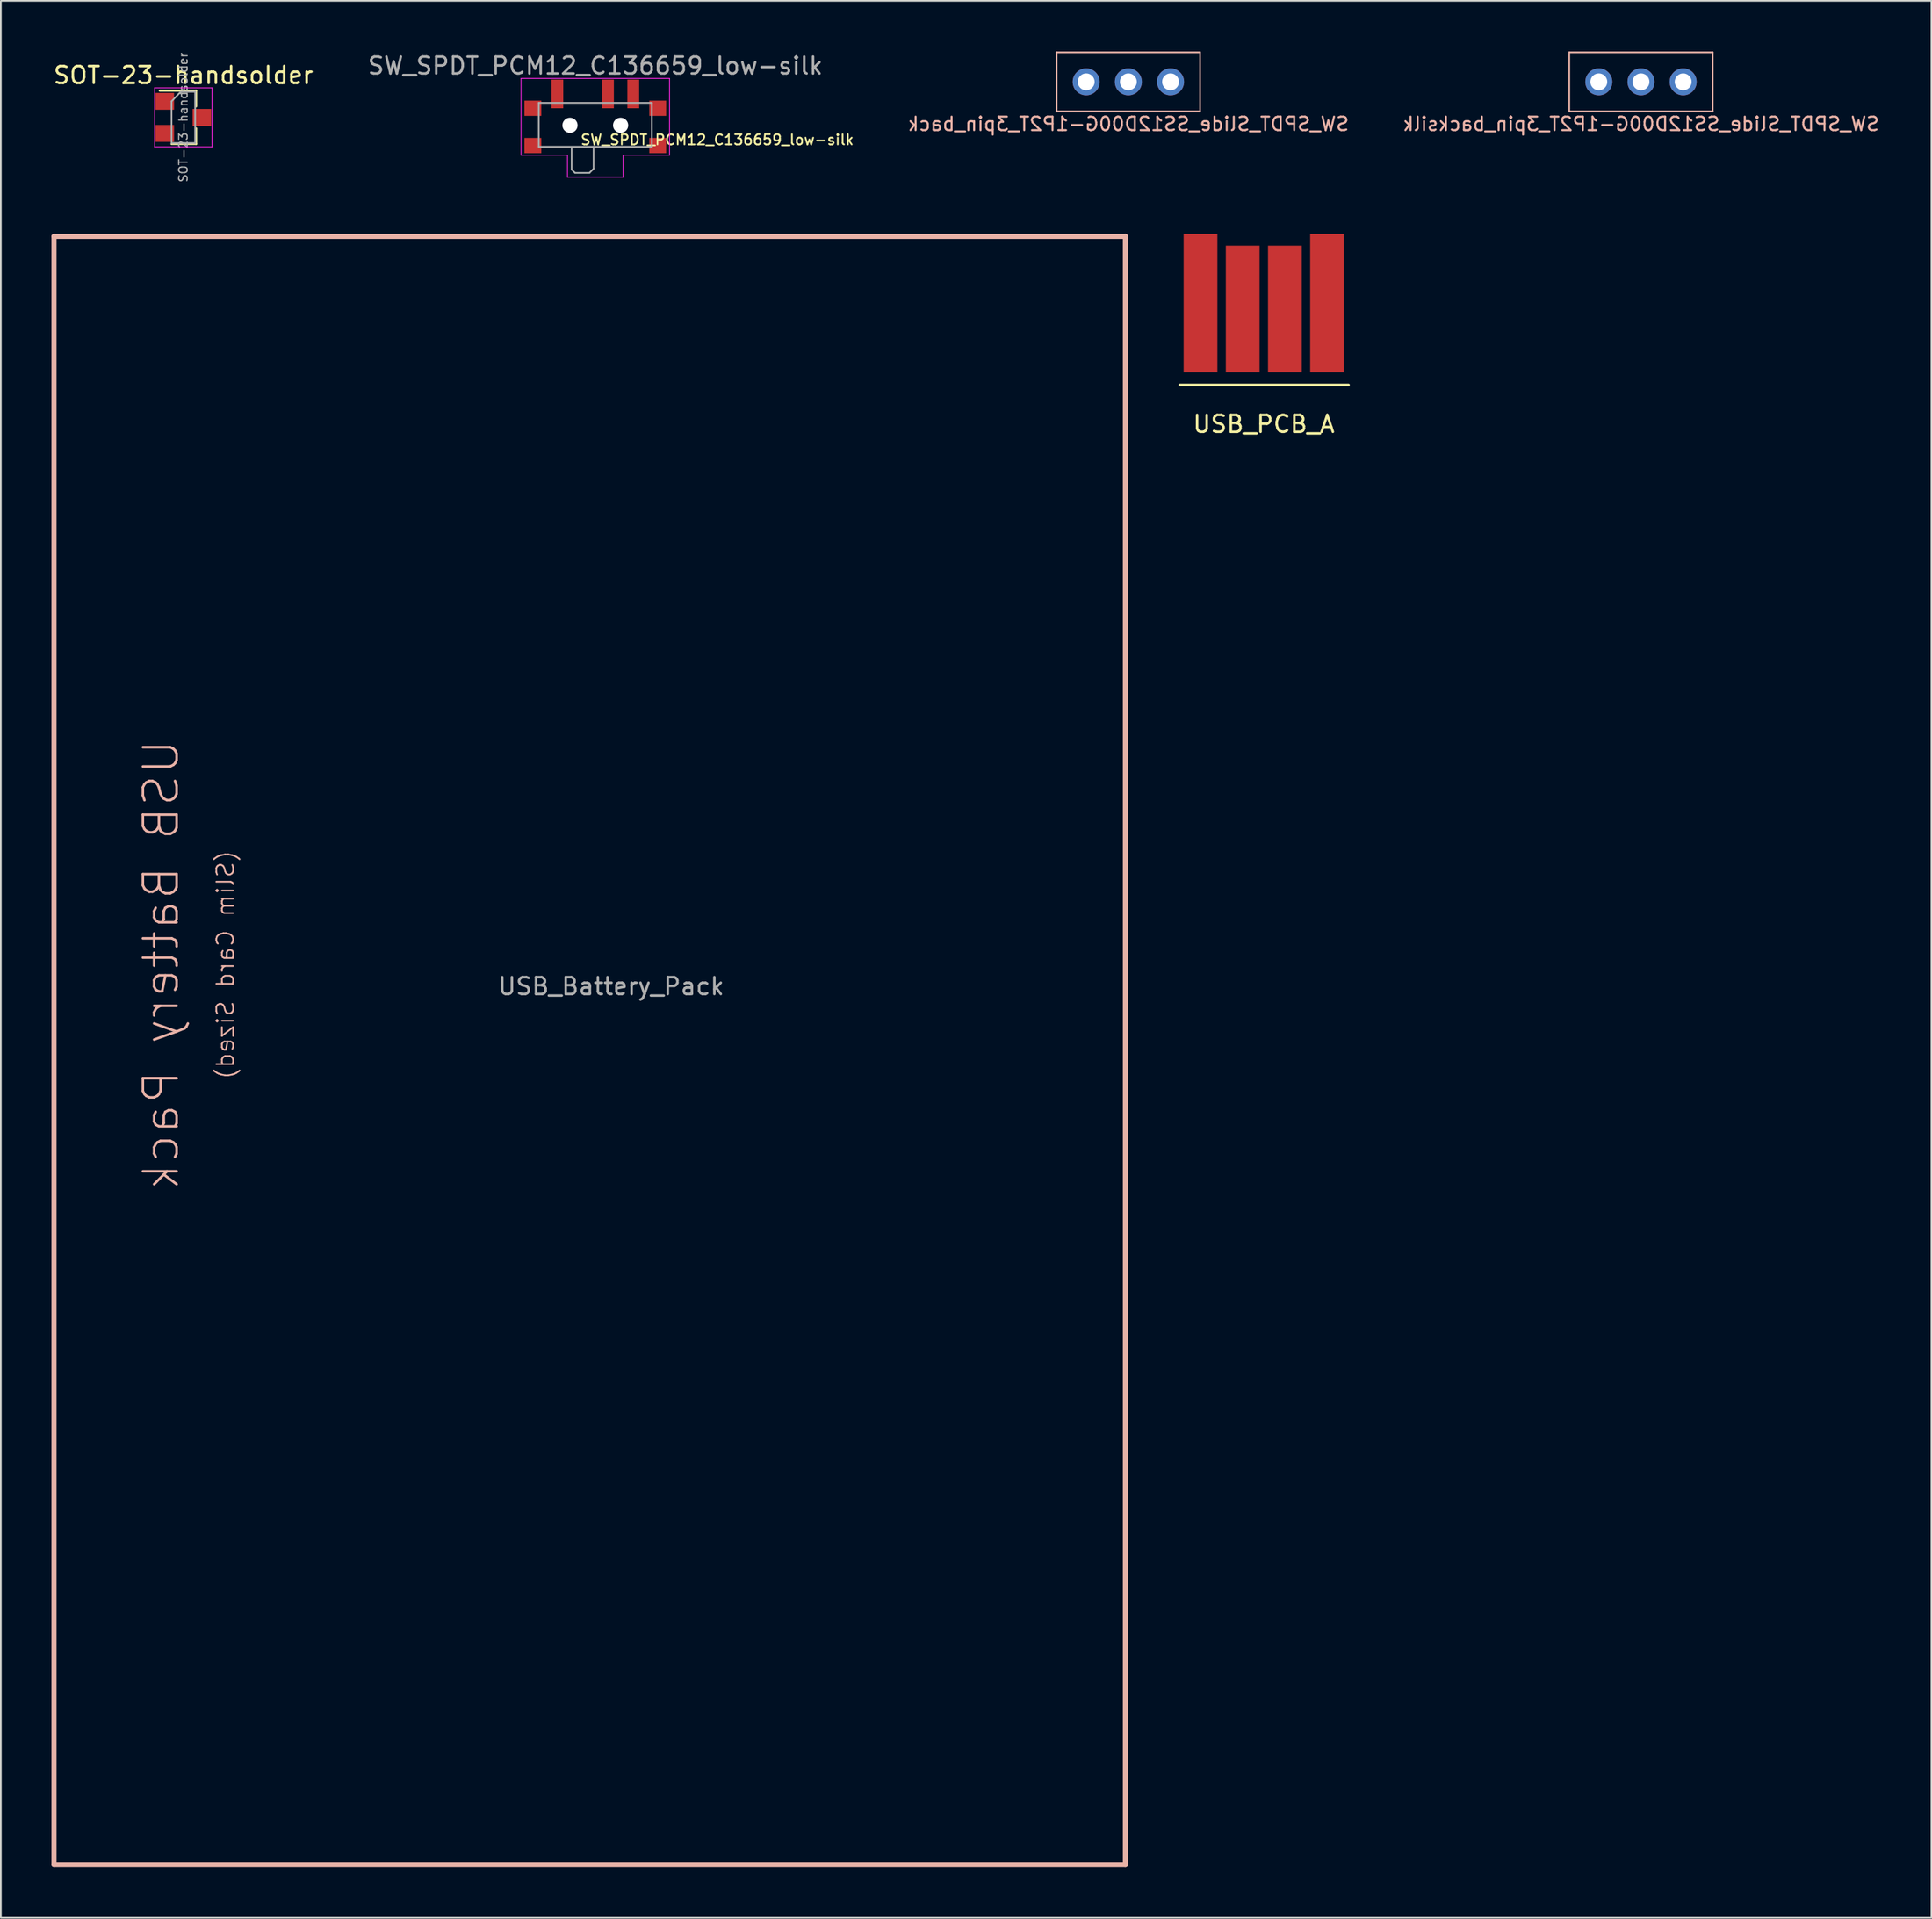
<source format=kicad_pcb>
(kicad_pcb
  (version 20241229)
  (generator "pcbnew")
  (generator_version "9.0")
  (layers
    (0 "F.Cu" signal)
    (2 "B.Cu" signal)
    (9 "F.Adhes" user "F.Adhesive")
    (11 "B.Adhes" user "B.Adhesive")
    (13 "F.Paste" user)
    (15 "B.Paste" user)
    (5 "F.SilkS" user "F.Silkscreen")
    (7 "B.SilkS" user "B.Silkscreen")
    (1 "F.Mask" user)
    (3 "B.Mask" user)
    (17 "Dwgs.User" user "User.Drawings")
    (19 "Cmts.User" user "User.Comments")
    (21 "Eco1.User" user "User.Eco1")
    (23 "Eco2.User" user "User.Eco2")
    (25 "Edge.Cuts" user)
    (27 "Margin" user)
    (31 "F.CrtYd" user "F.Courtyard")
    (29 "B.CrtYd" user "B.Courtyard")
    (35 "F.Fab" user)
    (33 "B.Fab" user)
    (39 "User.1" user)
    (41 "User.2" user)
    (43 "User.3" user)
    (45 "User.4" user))
  (footprint "SW_SPDT_PCM12_C136659_low-silk"
    (layer "F.Cu")
    (at 32.232 4.348)
    (property "Reference" "SW_SPDT_PCM12_C136659_low-silk" (at -0.925 0.89 0) (unlocked yes) (layer "F.SilkS") (effects (font (size 0.6 0.6) (thickness 0.1)) (justify left)))
    (attr smd)
    (fp_line (start -4.4 -2.75) (end 4.4 -2.75) (stroke (width 0.05) (type solid)) (layer "F.CrtYd"))
    (fp_line (start -4.4 1.8) (end -4.4 -2.75) (stroke (width 0.05) (type solid)) (layer "F.CrtYd"))
    (fp_line (start -1.65 1.8) (end -4.4 1.8) (stroke (width 0.05) (type solid)) (layer "F.CrtYd"))
    (fp_line (start -1.65 3.1) (end -1.65 1.8) (stroke (width 0.05) (type solid)) (layer "F.CrtYd"))
    (fp_line (start 1.65 1.8) (end 1.65 3.1) (stroke (width 0.05) (type solid)) (layer "F.CrtYd"))
    (fp_line (start 1.65 3.1) (end -1.65 3.1) (stroke (width 0.05) (type solid)) (layer "F.CrtYd"))
    (fp_line (start 4.4 -2.75) (end 4.4 1.8) (stroke (width 0.05) (type solid)) (layer "F.CrtYd"))
    (fp_line (start 4.4 1.8) (end 1.65 1.8) (stroke (width 0.05) (type solid)) (layer "F.CrtYd"))
    (fp_line (start -3.35 -1.3) (end -3.35 1.3) (stroke (width 0.1) (type solid)) (layer "F.Fab"))
    (fp_line (start -3.35 1.3) (end 3.35 1.3) (stroke (width 0.1) (type solid)) (layer "F.Fab"))
    (fp_line (start -1.4 1.35) (end -1.4 2.65) (stroke (width 0.1) (type solid)) (layer "F.Fab"))
    (fp_line (start -1.4 2.65) (end -1.2 2.85) (stroke (width 0.1) (type solid)) (layer "F.Fab"))
    (fp_line (start -1.2 2.85) (end -0.35 2.85) (stroke (width 0.1) (type solid)) (layer "F.Fab"))
    (fp_line (start -0.35 2.85) (end -0.15 2.65) (stroke (width 0.1) (type solid)) (layer "F.Fab"))
    (fp_line (start -0.15 2.65) (end -0.1 2.6) (stroke (width 0.1) (type solid)) (layer "F.Fab"))
    (fp_line (start -0.1 2.6) (end -0.1 1.3) (stroke (width 0.1) (type solid)) (layer "F.Fab"))
    (fp_line (start 3.35 -1.3) (end -3.35 -1.3) (stroke (width 0.1) (type solid)) (layer "F.Fab"))
    (fp_line (start 3.35 1.3) (end 3.35 -1.3) (stroke (width 0.1) (type solid)) (layer "F.Fab"))
    (fp_text user "${REFERENCE}" (at 0 -3.5 0) (layer "F.Fab") (effects (font (size 1 1) (thickness 0.15))))
    (pad "" smd rect (at -3.7 -0.98) (size 1 0.9) (layers "F.Cu" "F.Mask" "F.Paste"))
    (pad "" smd rect (at -3.7 1.23) (size 1 0.9) (layers "F.Cu" "F.Mask" "F.Paste"))
    (pad "" np_thru_hole circle (at -1.5 0.03) (size 0.9 0.9) (drill 0.9) (layers "*.Cu" "*.Mask"))
    (pad "" np_thru_hole circle (at 1.5 0.03) (size 0.9 0.9) (drill 0.9) (layers "*.Cu" "*.Mask"))
    (pad "" smd rect (at 3.7 -0.98) (size 1 0.9) (layers "F.Cu" "F.Mask" "F.Paste"))
    (pad "" smd rect (at 3.7 1.23) (size 1 0.9) (layers "F.Cu" "F.Mask" "F.Paste"))
    (pad "1" smd rect (at -2.25 -1.83) (size 0.7 1.7) (layers "F.Cu" "F.Mask" "F.Paste"))
    (pad "2" smd rect (at 0.75 -1.83) (size 0.7 1.7) (layers "F.Cu" "F.Mask" "F.Paste"))
    (pad "3" smd rect (at 2.25 -1.83) (size 0.7 1.7) (layers "F.Cu" "F.Mask" "F.Paste")))
  (footprint "SOT-23-handsolder"
    (layer "F.Cu")
    (at 7.815 3.908)
    (property "Reference" "SOT-23-handsolder" (at 0 -2.5 0) (layer "F.SilkS") (effects (font (size 1 1) (thickness 0.15))))
    (attr smd)
    (fp_line (start 0.76 -1.58) (end -1.4 -1.58) (stroke (width 0.12) (type solid)) (layer "F.SilkS"))
    (fp_line (start 0.76 -1.58) (end 0.76 -0.65) (stroke (width 0.12) (type solid)) (layer "F.SilkS"))
    (fp_line (start 0.76 1.58) (end -0.7 1.58) (stroke (width 0.12) (type solid)) (layer "F.SilkS"))
    (fp_line (start 0.76 1.58) (end 0.76 0.65) (stroke (width 0.12) (type solid)) (layer "F.SilkS"))
    (fp_line (start -1.7 -1.75) (end 1.7 -1.75) (stroke (width 0.05) (type solid)) (layer "F.CrtYd"))
    (fp_line (start -1.7 1.75) (end -1.7 -1.75) (stroke (width 0.05) (type solid)) (layer "F.CrtYd"))
    (fp_line (start 1.7 -1.75) (end 1.7 1.75) (stroke (width 0.05) (type solid)) (layer "F.CrtYd"))
    (fp_line (start 1.7 1.75) (end -1.7 1.75) (stroke (width 0.05) (type solid)) (layer "F.CrtYd"))
    (fp_line (start -0.7 -0.95) (end -0.7 1.5) (stroke (width 0.1) (type solid)) (layer "F.Fab"))
    (fp_line (start -0.7 -0.95) (end -0.15 -1.52) (stroke (width 0.1) (type solid)) (layer "F.Fab"))
    (fp_line (start -0.7 1.52) (end 0.7 1.52) (stroke (width 0.1) (type solid)) (layer "F.Fab"))
    (fp_line (start -0.15 -1.52) (end 0.7 -1.52) (stroke (width 0.1) (type solid)) (layer "F.Fab"))
    (fp_line (start 0.7 -1.52) (end 0.7 1.52) (stroke (width 0.1) (type solid)) (layer "F.Fab"))
    (fp_text user "${REFERENCE}" (at 0 0 90) (layer "F.Fab") (effects (font (size 0.5 0.5) (thickness 0.075))))
    (pad "1" smd rect (at -1.1 -0.95) (size 1.1 1) (layers "F.Cu" "F.Mask" "F.Paste"))
    (pad "2" smd rect (at -1.1 0.95) (size 1.1 1) (layers "F.Cu" "F.Mask" "F.Paste"))
    (pad "3" smd rect (at 1.1 0) (size 1.1 1) (layers "F.Cu" "F.Mask" "F.Paste")))
  (footprint "USB_Battery_Pack"
    (layer "F.Cu")
    (at 33.17 54.145)
    (property "Reference" "USB_Battery_Pack" (at 0 1.27 0) (layer "F.Fab") (effects (font (size 1 1) (thickness 0.15))))
    (attr through_hole)
    (fp_line (start -33.02 -43.18) (end 30.48 -43.18) (stroke (width 0.3) (type solid)) (layer "B.SilkS"))
    (fp_line (start -33.02 53.34) (end -33.02 -43.18) (stroke (width 0.3) (type solid)) (layer "B.SilkS"))
    (fp_line (start 30.48 -43.18) (end 30.48 53.34) (stroke (width 0.3) (type solid)) (layer "B.SilkS"))
    (fp_line (start 30.48 53.34) (end -33.02 53.34) (stroke (width 0.3) (type solid)) (layer "B.SilkS"))
    (fp_text user "USB Battery Pack" (at -26.67 0 90) (layer "B.SilkS") (effects (font (size 2 2) (thickness 0.15)) (justify mirror)))
    (fp_text user "(Slim Card Sized)" (at -22.86 0 90) (layer "B.SilkS") (effects (font (size 1 1) (thickness 0.1)) (justify mirror))))
  (footprint "SW_SPDT_Slide_SS12D00G-1P2T_3pin_backsilk"
    (layer "F.Cu")
    (at 94.206 1.8)
    (property "Reference" "SW_SPDT_Slide_SS12D00G-1P2T_3pin_backsilk" (at 0 2.5 0) (layer "B.SilkS") (effects (font (size 0.8 0.8) (thickness 0.12)) (justify mirror)))
    (attr through_hole)
    (fp_line (start -4.25 -1.75) (end 4.25 -1.75) (stroke (width 0.1) (type solid)) (layer "B.SilkS"))
    (fp_line (start -4.25 1.75) (end -4.25 -1.75) (stroke (width 0.1) (type solid)) (layer "B.SilkS"))
    (fp_line (start 4.25 -1.75) (end 4.25 1.75) (stroke (width 0.1) (type solid)) (layer "B.SilkS"))
    (fp_line (start 4.25 1.75) (end -4.25 1.75) (stroke (width 0.1) (type solid)) (layer "B.SilkS"))
    (pad "1" thru_hole circle (at -2.5 0) (size 1.6 1.6) (drill 1) (layers "*.Cu" "*.Mask"))
    (pad "2" thru_hole circle (at 0 0) (size 1.6 1.6) (drill 1) (layers "*.Cu" "*.Mask"))
    (pad "3" thru_hole circle (at 2.5 0) (size 1.6 1.6) (drill 1) (layers "*.Cu" "*.Mask")))
  (footprint "USB_PCB_A"
    (layer "F.Cu")
    (at 71.85 19.015)
    (property "Reference" "USB_PCB_A" (at 0 3.075 0) (layer "F.SilkS") (effects (font (size 1 1) (thickness 0.15))))
    (attr through_hole)
    (fp_line (start -4.975 0.75) (end 5.025 0.75) (stroke (width 0.15) (type solid)) (layer "F.SilkS"))
    (pad "1" smd rect (at -3.75 -4.1) (size 2 8.2) (layers "F.Cu" "F.Mask" "F.Paste"))
    (pad "2" smd rect (at 3.75 -4.1) (size 2 8.2) (layers "F.Cu" "F.Mask" "F.Paste"))
    (pad "3" smd rect (at -1.25 -3.75) (size 2 7.5) (layers "F.Cu" "F.Mask" "F.Paste"))
    (pad "4" smd rect (at 1.25 -3.75) (size 2 7.5) (layers "F.Cu" "F.Mask" "F.Paste")))
  (footprint "SW_SPDT_Slide_SS12D00G-1P2T_3pin_back"
    (layer "F.Cu")
    (at 63.825 1.8)
    (property "Reference" "SW_SPDT_Slide_SS12D00G-1P2T_3pin_back" (at 0 2.5 0) (layer "B.SilkS") (effects (font (size 0.8 0.8) (thickness 0.12)) (justify mirror)))
    (attr through_hole)
    (fp_line (start -4.25 -1.75) (end 4.25 -1.75) (stroke (width 0.1) (type solid)) (layer "B.SilkS"))
    (fp_line (start -4.25 1.75) (end -4.25 -1.75) (stroke (width 0.1) (type solid)) (layer "B.SilkS"))
    (fp_line (start 4.25 -1.75) (end 4.25 1.75) (stroke (width 0.1) (type solid)) (layer "B.SilkS"))
    (fp_line (start 4.25 1.75) (end -4.25 1.75) (stroke (width 0.1) (type solid)) (layer "B.SilkS"))
    (pad "1" thru_hole circle (at -2.5 0) (size 1.6 1.6) (drill 1) (layers "*.Cu" "*.Mask"))
    (pad "2" thru_hole circle (at 0 0) (size 1.6 1.6) (drill 1) (layers "*.Cu" "*.Mask"))
    (pad "3" thru_hole circle (at 2.5 0) (size 1.6 1.6) (drill 1) (layers "*.Cu" "*.Mask")))
  (gr_rect
    (start -3 -3)
    (end 111.42 110.635)
    (stroke (width 0.1) (type default))
    (fill no)
    (layer "Edge.Cuts")))
</source>
